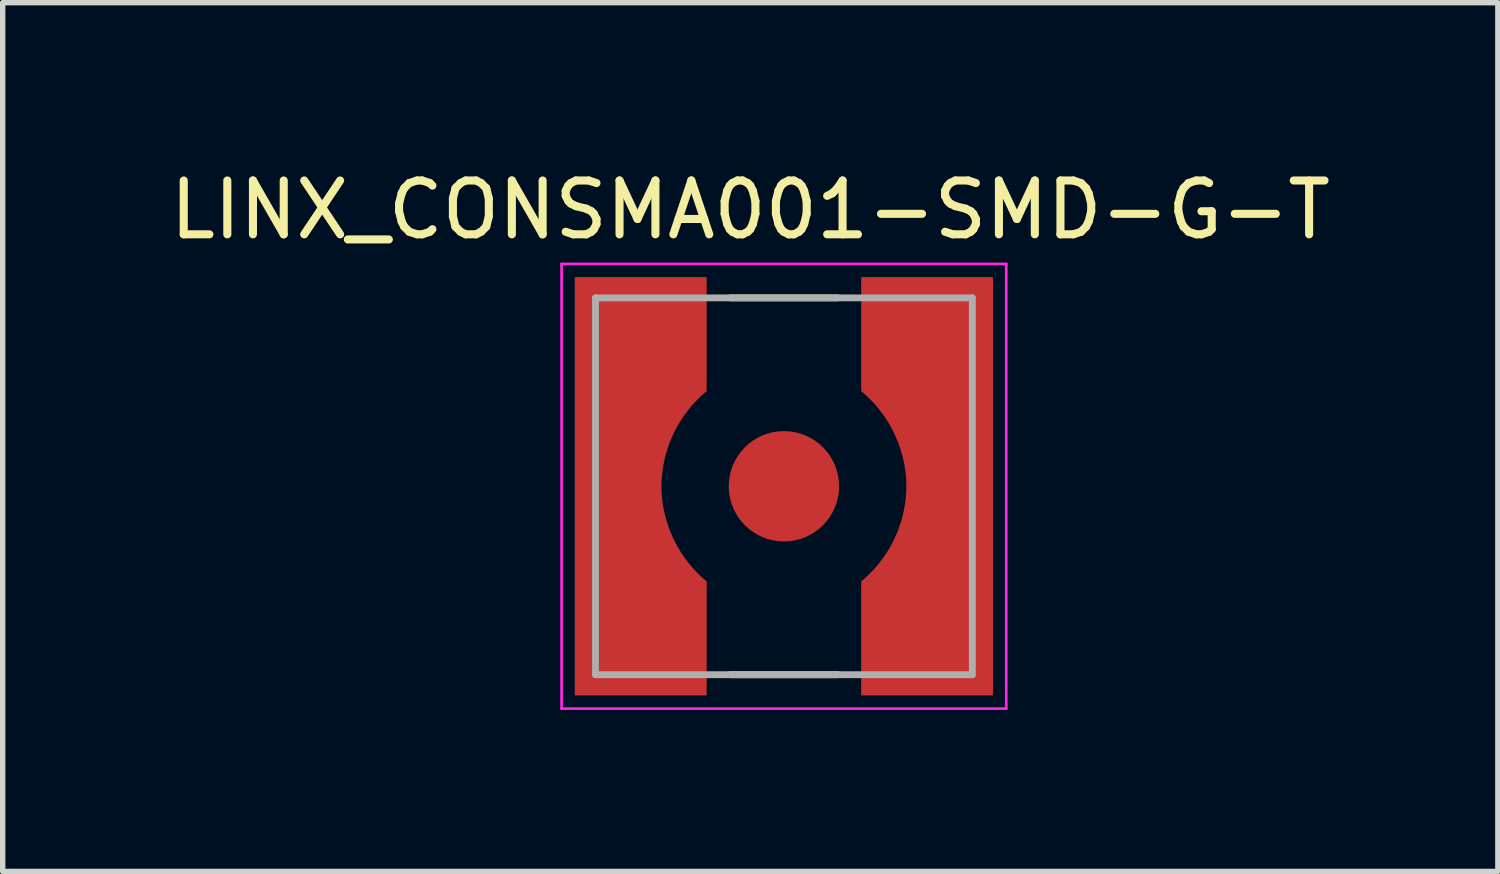
<source format=kicad_pcb>
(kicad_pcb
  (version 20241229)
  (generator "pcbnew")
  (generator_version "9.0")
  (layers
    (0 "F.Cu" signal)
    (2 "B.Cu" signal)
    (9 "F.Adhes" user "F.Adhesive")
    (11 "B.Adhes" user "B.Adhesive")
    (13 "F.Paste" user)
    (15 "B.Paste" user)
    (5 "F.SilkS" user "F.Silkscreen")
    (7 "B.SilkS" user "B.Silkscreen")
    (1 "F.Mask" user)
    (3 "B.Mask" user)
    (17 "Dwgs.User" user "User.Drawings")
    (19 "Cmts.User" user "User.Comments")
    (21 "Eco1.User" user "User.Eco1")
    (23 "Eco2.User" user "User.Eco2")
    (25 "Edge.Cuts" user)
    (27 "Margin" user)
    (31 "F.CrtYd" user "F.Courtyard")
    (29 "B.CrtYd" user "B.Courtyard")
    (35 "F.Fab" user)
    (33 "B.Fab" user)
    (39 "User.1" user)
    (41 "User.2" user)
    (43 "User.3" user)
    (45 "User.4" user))
  (footprint "LINX_CONSMA001-SMD-G-T"
    (layer "F.Cu")
    (at 11.512 5.983)
    (property "Reference" "LINX_CONSMA001-SMD-G-T" (at -0.625 -5.135 0) (layer "F.SilkS") (effects (font (size 1 1) (thickness 0.15))))
    (attr smd)
    (fp_poly (pts (xy -1.34 -3.98) (xy -3.98 -3.98) (xy -3.98 3.98) (xy -1.34 3.98) (xy -1.34 1.72) (xy -1.381 1.687) (xy -1.43 1.645) (xy -1.478 1.602) (xy -1.524 1.557) (xy -1.569 1.511) (xy -1.613 1.464) (xy -1.655 1.416) (xy -1.696 1.366) (xy -1.736 1.315) (xy -1.774 1.263) (xy -1.81 1.21) (xy -1.845 1.156) (xy -1.878 1.101) (xy -1.91 1.045) (xy -1.94 0.988) (xy -1.968 0.931) (xy -1.995 0.872) (xy -2.02 0.813) (xy -2.043 0.753) (xy -2.065 0.692) (xy -2.084 0.631) (xy -2.102 0.569) (xy -2.118 0.507) (xy -2.133 0.444) (xy -2.145 0.381) (xy -2.156 0.318) (xy -2.164 0.254) (xy -2.171 0.19) (xy -2.176 0.126) (xy -2.18 0.05) (xy -2.179 -0.028) (xy -2.176 -0.097) (xy -2.171 -0.166) (xy -2.164 -0.235) (xy -2.155 -0.303) (xy -2.144 -0.371) (xy -2.131 -0.439) (xy -2.116 -0.506) (xy -2.099 -0.573) (xy -2.08 -0.639) (xy -2.06 -0.705) (xy -2.037 -0.77) (xy -2.012 -0.835) (xy -1.986 -0.899) (xy -1.958 -0.962) (xy -1.928 -1.024) (xy -1.896 -1.085) (xy -1.862 -1.145) (xy -1.827 -1.204) (xy -1.79 -1.262) (xy -1.751 -1.32) (xy -1.711 -1.375) (xy -1.669 -1.43) (xy -1.625 -1.484) (xy -1.58 -1.536) (xy -1.533 -1.587) (xy -1.485 -1.636) (xy -1.436 -1.684) (xy -1.385 -1.731) (xy -1.34 -1.77) (xy -1.34 -3.98)) (stroke (width 0.01) (type solid)) (fill yes) (layer "F.Mask"))
    (fp_poly (pts (xy 1.34 -3.98) (xy 3.98 -3.98) (xy 3.98 3.98) (xy 1.34 3.98) (xy 1.34 1.72) (xy 1.391 1.677) (xy 1.441 1.633) (xy 1.489 1.588) (xy 1.536 1.542) (xy 1.581 1.494) (xy 1.625 1.445) (xy 1.667 1.395) (xy 1.708 1.343) (xy 1.748 1.29) (xy 1.786 1.237) (xy 1.822 1.182) (xy 1.857 1.126) (xy 1.89 1.069) (xy 1.921 1.011) (xy 1.951 0.952) (xy 1.979 0.892) (xy 2.005 0.832) (xy 2.03 0.771) (xy 2.053 0.709) (xy 2.074 0.647) (xy 2.093 0.584) (xy 2.11 0.52) (xy 2.125 0.456) (xy 2.139 0.391) (xy 2.15 0.327) (xy 2.16 0.261) (xy 2.168 0.196) (xy 2.174 0.13) (xy 2.178 0.065) (xy 2.18 0) (xy 2.179 -0.052) (xy 2.176 -0.119) (xy 2.171 -0.186) (xy 2.164 -0.253) (xy 2.156 -0.32) (xy 2.145 -0.387) (xy 2.132 -0.453) (xy 2.118 -0.519) (xy 2.101 -0.584) (xy 2.083 -0.649) (xy 2.062 -0.713) (xy 2.04 -0.777) (xy 2.016 -0.84) (xy 1.99 -0.902) (xy 1.963 -0.964) (xy 1.933 -1.025) (xy 1.902 -1.084) (xy 1.87 -1.143) (xy 1.835 -1.201) (xy 1.799 -1.258) (xy 1.761 -1.314) (xy 1.721 -1.368) (xy 1.68 -1.422) (xy 1.638 -1.474) (xy 1.594 -1.525) (xy 1.548 -1.575) (xy 1.501 -1.623) (xy 1.453 -1.67) (xy 1.403 -1.716) (xy 1.34 -1.77) (xy 1.34 -3.98)) (stroke (width 0.01) (type solid)) (fill yes) (layer "F.Mask"))
    (fp_line (start -1 -3.5) (end 1 -3.5) (stroke (width 0.127) (type solid)) (layer "F.SilkS"))
    (fp_line (start -1 3.5) (end 1 3.5) (stroke (width 0.127) (type solid)) (layer "F.SilkS"))
    (fp_poly (pts (xy -1.44 -3.88) (xy -3.88 -3.88) (xy -3.88 3.88) (xy -1.44 3.88) (xy -1.44 1.77) (xy -1.503 1.716) (xy -1.553 1.67) (xy -1.601 1.623) (xy -1.648 1.575) (xy -1.694 1.525) (xy -1.738 1.474) (xy -1.78 1.422) (xy -1.821 1.368) (xy -1.861 1.314) (xy -1.899 1.258) (xy -1.935 1.201) (xy -1.97 1.143) (xy -2.002 1.084) (xy -2.033 1.025) (xy -2.063 0.964) (xy -2.09 0.902) (xy -2.116 0.84) (xy -2.14 0.777) (xy -2.162 0.713) (xy -2.183 0.649) (xy -2.201 0.584) (xy -2.218 0.519) (xy -2.232 0.453) (xy -2.245 0.387) (xy -2.256 0.32) (xy -2.264 0.253) (xy -2.271 0.186) (xy -2.276 0.119) (xy -2.279 0.052) (xy -2.28 0) (xy -2.279 -0.052) (xy -2.276 -0.119) (xy -2.271 -0.186) (xy -2.264 -0.253) (xy -2.256 -0.32) (xy -2.245 -0.387) (xy -2.232 -0.453) (xy -2.218 -0.519) (xy -2.201 -0.584) (xy -2.183 -0.649) (xy -2.162 -0.713) (xy -2.14 -0.777) (xy -2.116 -0.84) (xy -2.09 -0.902) (xy -2.063 -0.964) (xy -2.033 -1.025) (xy -2.002 -1.084) (xy -1.97 -1.143) (xy -1.935 -1.201) (xy -1.899 -1.258) (xy -1.861 -1.314) (xy -1.821 -1.368) (xy -1.78 -1.422) (xy -1.738 -1.474) (xy -1.694 -1.525) (xy -1.648 -1.575) (xy -1.601 -1.623) (xy -1.553 -1.67) (xy -1.503 -1.716) (xy -1.44 -1.77) (xy -1.44 -3.88)) (stroke (width 0.01) (type solid)) (fill yes) (layer "F.Paste"))
    (fp_poly (pts (xy 1.44 -3.88) (xy 3.88 -3.88) (xy 3.88 3.88) (xy 1.44 3.88) (xy 1.44 1.77) (xy 1.503 1.716) (xy 1.553 1.67) (xy 1.601 1.623) (xy 1.648 1.575) (xy 1.694 1.525) (xy 1.738 1.474) (xy 1.78 1.422) (xy 1.821 1.368) (xy 1.861 1.314) (xy 1.899 1.258) (xy 1.935 1.201) (xy 1.97 1.143) (xy 2.002 1.084) (xy 2.033 1.025) (xy 2.063 0.964) (xy 2.09 0.902) (xy 2.116 0.84) (xy 2.14 0.777) (xy 2.162 0.713) (xy 2.183 0.649) (xy 2.201 0.584) (xy 2.218 0.519) (xy 2.232 0.453) (xy 2.245 0.387) (xy 2.256 0.32) (xy 2.264 0.253) (xy 2.271 0.186) (xy 2.276 0.119) (xy 2.279 0.052) (xy 2.28 0) (xy 2.279 -0.052) (xy 2.276 -0.119) (xy 2.271 -0.186) (xy 2.264 -0.253) (xy 2.256 -0.32) (xy 2.245 -0.387) (xy 2.232 -0.453) (xy 2.218 -0.519) (xy 2.201 -0.584) (xy 2.183 -0.649) (xy 2.162 -0.713) (xy 2.14 -0.777) (xy 2.116 -0.84) (xy 2.09 -0.902) (xy 2.063 -0.964) (xy 2.033 -1.025) (xy 2.002 -1.084) (xy 1.97 -1.143) (xy 1.935 -1.201) (xy 1.899 -1.258) (xy 1.861 -1.314) (xy 1.821 -1.368) (xy 1.78 -1.422) (xy 1.738 -1.474) (xy 1.694 -1.525) (xy 1.648 -1.575) (xy 1.601 -1.623) (xy 1.553 -1.67) (xy 1.503 -1.716) (xy 1.44 -1.77) (xy 1.44 -3.88)) (stroke (width 0.01) (type solid)) (fill yes) (layer "F.Paste"))
    (fp_line (start -4.13 -4.13) (end 4.13 -4.13) (stroke (width 0.05) (type solid)) (layer "F.CrtYd"))
    (fp_line (start -4.13 4.13) (end -4.13 -4.13) (stroke (width 0.05) (type solid)) (layer "F.CrtYd"))
    (fp_line (start 4.13 -4.13) (end 4.13 4.13) (stroke (width 0.05) (type solid)) (layer "F.CrtYd"))
    (fp_line (start 4.13 4.13) (end -4.13 4.13) (stroke (width 0.05) (type solid)) (layer "F.CrtYd"))
    (fp_line (start -3.5 -3.5) (end 3.5 -3.5) (stroke (width 0.127) (type solid)) (layer "F.Fab"))
    (fp_line (start -3.5 3.5) (end -3.5 -3.5) (stroke (width 0.127) (type solid)) (layer "F.Fab"))
    (fp_line (start 3.5 -3.5) (end 3.5 3.5) (stroke (width 0.127) (type solid)) (layer "F.Fab"))
    (fp_line (start 3.5 3.5) (end -3.5 3.5) (stroke (width 0.127) (type solid)) (layer "F.Fab"))
    (pad "1" smd circle (at 0 0) (size 2.05 2.05) (layers "F.Cu" "F.Mask" "F.Paste"))
    (pad "S1" smd custom (at -3.1 0) (size 1 1) (layers "F.Cu") (options (anchor rect)) (primitives (gr_poly (pts (xy 1.66 -3.88) (xy -0.78 -3.88) (xy -0.78 3.88) (xy 1.66 3.88) (xy 1.66 1.77) (xy 1.597 1.716) (xy 1.547 1.67) (xy 1.499 1.623) (xy 1.452 1.575) (xy 1.406 1.525) (xy 1.362 1.474) (xy 1.32 1.422) (xy 1.279 1.368) (xy 1.239 1.314) (xy 1.201 1.258) (xy 1.165 1.201) (xy 1.13 1.143) (xy 1.098 1.084) (xy 1.067 1.025) (xy 1.037 0.964) (xy 1.01 0.902) (xy 0.984 0.84) (xy 0.96 0.777) (xy 0.938 0.713) (xy 0.917 0.649) (xy 0.899 0.584) (xy 0.882 0.519) (xy 0.868 0.453) (xy 0.855 0.387) (xy 0.844 0.32) (xy 0.836 0.253) (xy 0.829 0.186) (xy 0.824 0.119) (xy 0.821 0.052) (xy 0.82 0) (xy 0.821 -0.052) (xy 0.824 -0.119) (xy 0.829 -0.186) (xy 0.836 -0.253) (xy 0.844 -0.32) (xy 0.855 -0.387) (xy 0.868 -0.453) (xy 0.882 -0.519) (xy 0.899 -0.584) (xy 0.917 -0.649) (xy 0.938 -0.713) (xy 0.96 -0.777) (xy 0.984 -0.84) (xy 1.01 -0.902) (xy 1.037 -0.964) (xy 1.067 -1.025) (xy 1.098 -1.084) (xy 1.13 -1.143) (xy 1.165 -1.201) (xy 1.201 -1.258) (xy 1.239 -1.314) (xy 1.279 -1.368) (xy 1.32 -1.422) (xy 1.362 -1.474) (xy 1.406 -1.525) (xy 1.452 -1.575) (xy 1.499 -1.623) (xy 1.547 -1.67) (xy 1.597 -1.716) (xy 1.66 -1.77) (xy 1.66 -3.88)) (width 0.01) (fill yes))))
    (pad "S2" smd custom (at 3.1 0) (size 1 1) (layers "F.Cu") (options (anchor rect)) (primitives (gr_poly (pts (xy -1.66 -3.88) (xy 0.78 -3.88) (xy 0.78 3.88) (xy -1.66 3.88) (xy -1.66 1.77) (xy -1.597 1.716) (xy -1.547 1.67) (xy -1.499 1.623) (xy -1.452 1.575) (xy -1.406 1.525) (xy -1.362 1.474) (xy -1.32 1.422) (xy -1.279 1.368) (xy -1.239 1.314) (xy -1.201 1.258) (xy -1.165 1.201) (xy -1.13 1.143) (xy -1.098 1.084) (xy -1.067 1.025) (xy -1.037 0.964) (xy -1.01 0.902) (xy -0.984 0.84) (xy -0.96 0.777) (xy -0.938 0.713) (xy -0.917 0.649) (xy -0.899 0.584) (xy -0.882 0.519) (xy -0.868 0.453) (xy -0.855 0.387) (xy -0.844 0.32) (xy -0.836 0.253) (xy -0.829 0.186) (xy -0.824 0.119) (xy -0.821 0.052) (xy -0.82 0) (xy -0.821 -0.052) (xy -0.824 -0.119) (xy -0.829 -0.186) (xy -0.836 -0.253) (xy -0.844 -0.32) (xy -0.855 -0.387) (xy -0.868 -0.453) (xy -0.882 -0.519) (xy -0.899 -0.584) (xy -0.917 -0.649) (xy -0.938 -0.713) (xy -0.96 -0.777) (xy -0.984 -0.84) (xy -1.01 -0.902) (xy -1.037 -0.964) (xy -1.067 -1.025) (xy -1.098 -1.084) (xy -1.13 -1.143) (xy -1.165 -1.201) (xy -1.201 -1.258) (xy -1.239 -1.314) (xy -1.279 -1.368) (xy -1.32 -1.422) (xy -1.362 -1.474) (xy -1.406 -1.525) (xy -1.452 -1.575) (xy -1.499 -1.623) (xy -1.547 -1.67) (xy -1.597 -1.716) (xy -1.66 -1.77) (xy -1.66 -2.35) (xy -1.66 -3.88)) (width 0.01) (fill yes)))))
  (gr_rect
    (start -3 -3)
    (end 24.774 13.138)
    (stroke (width 0.1) (type default))
    (fill no)
    (layer "Edge.Cuts")))
</source>
